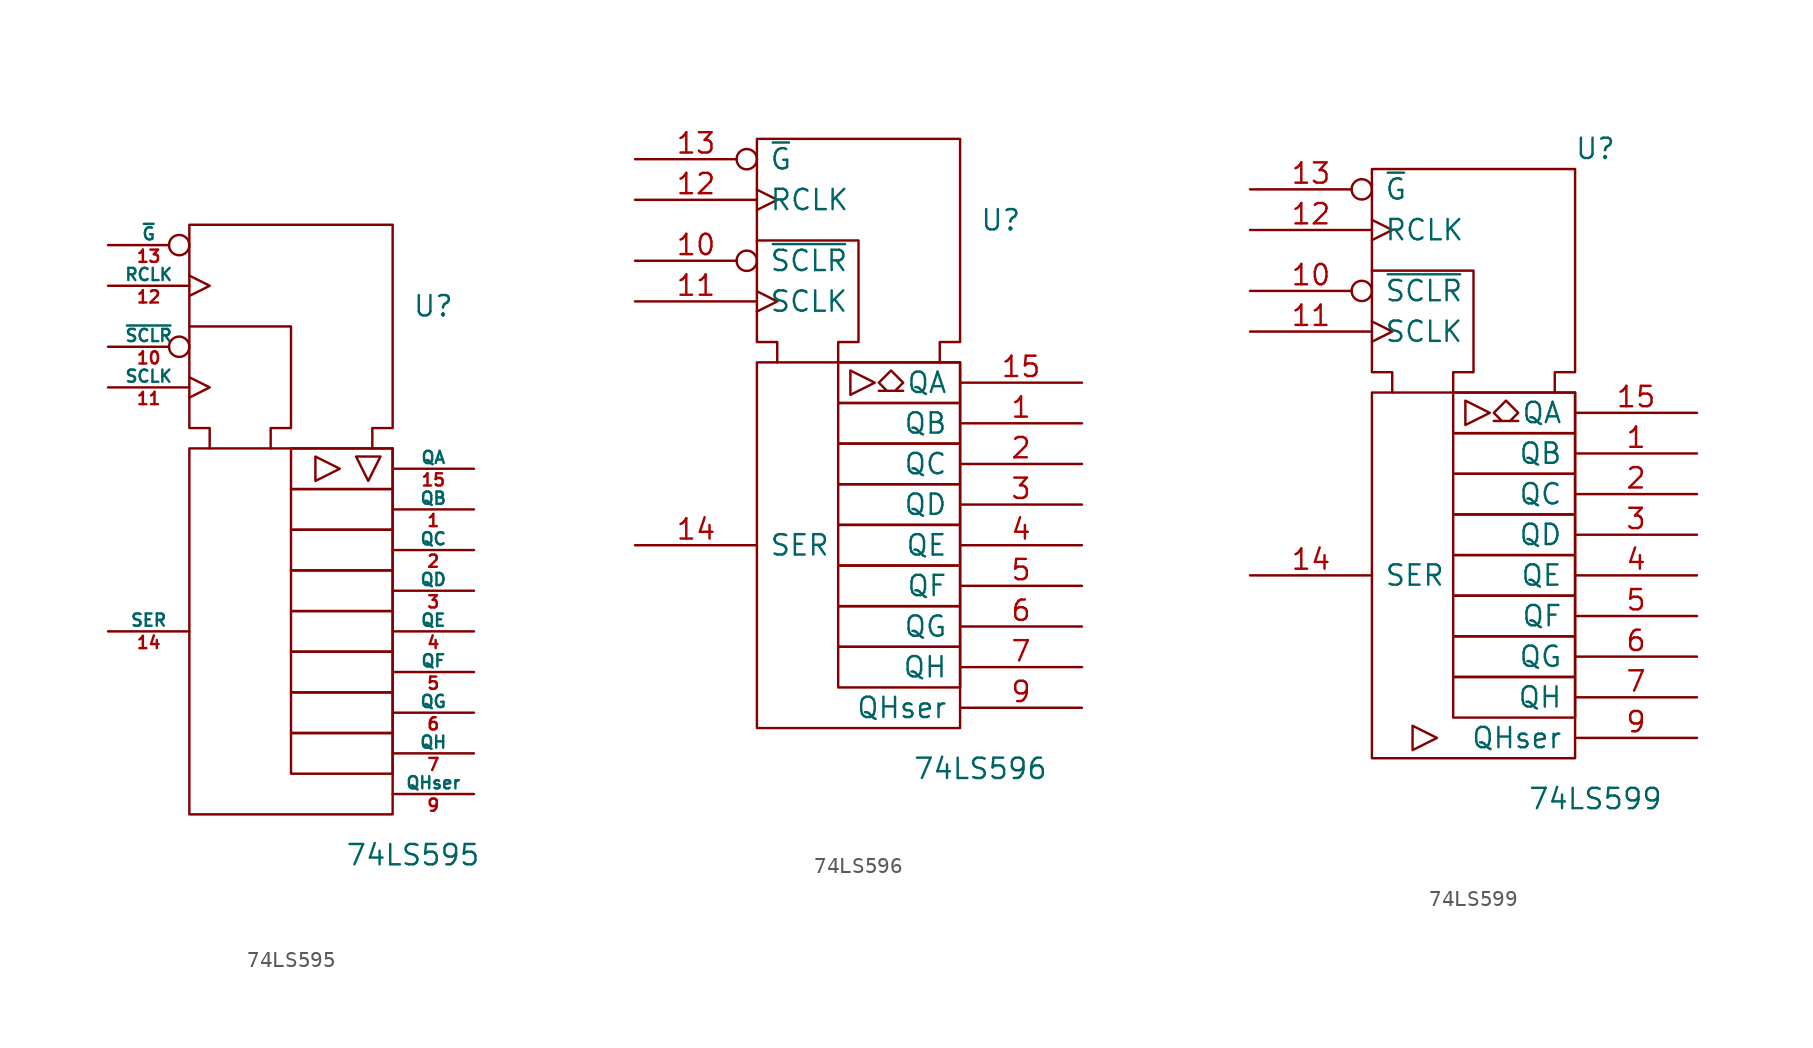
<source format=kicad_sym>
(kicad_symbol_lib
  (version 20211014)
  (generator kicad_symbol_editor)
  (symbol "74LS595"
    (pin_names
      (offset 0))
    (property "Reference" "U"
      (at 8.89 10.16 0)
      (effects (font (size 1.27 1.27))))
    (property "Value" "74LS595"
      (at 7.62 -24.13 0)
      (effects (font (size 1.27 1.27))))
    (symbol "74LS595_0_0"
      (rectangle (start -6.35 1.27) (end 6.35 -21.59) (stroke (width 0) (type default) (color 0 0 0 0)) (fill (type none)))
      (rectangle (start 0 -16.51) (end 6.35 -19.05) (stroke (width 0) (type default) (color 0 0 0 0)) (fill (type none)))
      (rectangle (start 0 -13.97) (end 6.35 -16.51) (stroke (width 0) (type default) (color 0 0 0 0)) (fill (type none)))
      (rectangle (start 0 -11.43) (end 6.35 -13.97) (stroke (width 0) (type default) (color 0 0 0 0)) (fill (type none)))
      (rectangle (start 0 -8.89) (end 6.35 -11.43) (stroke (width 0) (type default) (color 0 0 0 0)) (fill (type none)))
      (rectangle (start 0 -6.35) (end 6.35 -8.89) (stroke (width 0) (type default) (color 0 0 0 0)) (fill (type none)))
      (rectangle (start 0 -3.81) (end 6.35 -6.35) (stroke (width 0) (type default) (color 0 0 0 0)) (fill (type none)))
      (rectangle (start 0 -1.27) (end 6.35 -3.81) (stroke (width 0) (type default) (color 0 0 0 0)) (fill (type none)))
      (polyline (pts (xy 1.524 0.762) (xy 1.524 -0.762) (xy 3.048 0) (xy 1.524 0.762) (xy 1.524 0.762)) (stroke (width 0) (type default) (color 0 0 0 0)) (fill (type none)))
      (polyline (pts (xy 5.588 0.762) (xy 4.064 0.762) (xy 4.826 -0.762) (xy 5.588 0.762) (xy 5.588 0.762)) (stroke (width 0) (type default) (color 0 0 0 0)) (fill (type none)))
      (polyline (pts (xy -6.35 8.89) (xy 0 8.89) (xy 0 2.54) (xy -1.27 2.54) (xy -1.27 1.27) (xy -1.27 1.27)) (stroke (width 0) (type default) (color 0 0 0 0)) (fill (type none)))
      (polyline (pts (xy -5.08 1.27) (xy -5.08 2.54) (xy -6.35 2.54) (xy -6.35 15.24) (xy 6.35 15.24) (xy 6.35 2.54) (xy 5.08 2.54) (xy 5.08 1.27) (xy 5.08 1.27)) (stroke (width 0) (type default) (color 0 0 0 0)) (fill (type none)))
      (rectangle (start 0 1.27) (end 6.35 -1.27) (stroke (width 0) (type default) (color 0 0 0 0)) (fill (type none))))
    (symbol "74LS595_0_1"
      (pin power_in line (at 3.81 20.32 270) (length 5.08) hide (name "GND" (effects (font (size 0.762 0.762)))) (number "8" (effects (font (size 0.762 0.762))))))
    (symbol "74LS595_1_1"
      (pin tri_state line (at 11.43 -2.54 180) (length 5.08) (name "QB" (effects (font (size 0.762 0.762)))) (number "1" (effects (font (size 0.762 0.762)))))
      (pin input inverted (at -11.43 7.62 0) (length 5.08) (name "~{SCLR}" (effects (font (size 0.762 0.762)))) (number "10" (effects (font (size 0.762 0.762)))))
      (pin input clock (at -11.43 5.08 0) (length 5.08) (name "SCLK" (effects (font (size 0.762 0.762)))) (number "11" (effects (font (size 0.762 0.762)))))
      (pin input clock (at -11.43 11.43 0) (length 5.08) (name "RCLK" (effects (font (size 0.762 0.762)))) (number "12" (effects (font (size 0.762 0.762)))))
      (pin input inverted (at -11.43 13.97 0) (length 5.08) (name "~{G}" (effects (font (size 0.762 0.762)))) (number "13" (effects (font (size 0.762 0.762)))))
      (pin input line (at -11.43 -10.16 0) (length 5.08) (name "SER" (effects (font (size 0.762 0.762)))) (number "14" (effects (font (size 0.762 0.762)))))
      (pin tri_state line (at 11.43 0 180) (length 5.08) (name "QA" (effects (font (size 0.762 0.762)))) (number "15" (effects (font (size 0.762 0.762)))))
      (pin power_in line (at -3.81 20.32 270) (length 5.08) hide (name "VCC" (effects (font (size 0.762 0.762)))) (number "16" (effects (font (size 0.762 0.762)))))
      (pin tri_state line (at 11.43 -5.08 180) (length 5.08) (name "QC" (effects (font (size 0.762 0.762)))) (number "2" (effects (font (size 0.762 0.762)))))
      (pin tri_state line (at 11.43 -7.62 180) (length 5.08) (name "QD" (effects (font (size 0.762 0.762)))) (number "3" (effects (font (size 0.762 0.762)))))
      (pin tri_state line (at 11.43 -10.16 180) (length 5.08) (name "QE" (effects (font (size 0.762 0.762)))) (number "4" (effects (font (size 0.762 0.762)))))
      (pin tri_state line (at 11.43 -12.7 180) (length 5.08) (name "QF" (effects (font (size 0.762 0.762)))) (number "5" (effects (font (size 0.762 0.762)))))
      (pin tri_state line (at 11.43 -15.24 180) (length 5.08) (name "QG" (effects (font (size 0.762 0.762)))) (number "6" (effects (font (size 0.762 0.762)))))
      (pin tri_state line (at 11.43 -17.78 180) (length 5.08) (name "QH" (effects (font (size 0.762 0.762)))) (number "7" (effects (font (size 0.762 0.762)))))
      (pin output line (at 11.43 -20.32 180) (length 5.08) (name "QHser" (effects (font (size 0.762 0.762)))) (number "9" (effects (font (size 0.762 0.762)))))))
  (symbol "74LS596"
    (pin_names
      (offset 0.762))
    (property "Reference" "U"
      (at 8.89 10.16 0)
      (effects (font (size 1.27 1.27))))
    (property "Value" "74LS596"
      (at 7.62 -24.13 0)
      (effects (font (size 1.27 1.27))))
    (symbol "74LS596_0_0"
      (rectangle (start -6.35 1.27) (end 6.35 -21.59) (stroke (width 0) (type default) (color 0 0 0 0)) (fill (type none)))
      (polyline (pts (xy -0.508 0.762) (xy -0.508 -0.762) (xy 1.016 0) (xy -0.508 0.762) (xy -0.508 0.762)) (stroke (width 0) (type default) (color 0 0 0 0)) (fill (type none)))
      (polyline (pts (xy -6.35 8.89) (xy 0 8.89) (xy 0 2.54) (xy -1.27 2.54) (xy -1.27 1.27) (xy -1.27 1.27)) (stroke (width 0) (type default) (color 0 0 0 0)) (fill (type none)))
      (polyline (pts (xy -5.08 1.27) (xy -5.08 2.54) (xy -6.35 2.54) (xy -6.35 15.24) (xy 6.35 15.24) (xy 6.35 2.54) (xy 5.08 2.54) (xy 5.08 1.27) (xy 5.08 1.27)) (stroke (width 0) (type default) (color 0 0 0 0)) (fill (type none)))
      (polyline (pts (xy 2.032 0.762) (xy 2.794 0) (xy 2.286 -0.508) (xy 2.794 -0.508) (xy 1.27 -0.508) (xy 1.778 -0.508) (xy 1.27 0) (xy 2.032 0.762) (xy 2.032 0.762)) (stroke (width 0) (type default) (color 0 0 0 0)) (fill (type none))))
    (symbol "74LS596_0_1"
      (rectangle (start -1.27 -16.51) (end 6.35 -19.05) (stroke (width 0) (type default) (color 0 0 0 0)) (fill (type none)))
      (rectangle (start -1.27 -13.97) (end 6.35 -16.51) (stroke (width 0) (type default) (color 0 0 0 0)) (fill (type none)))
      (rectangle (start -1.27 -11.43) (end 6.35 -13.97) (stroke (width 0) (type default) (color 0 0 0 0)) (fill (type none)))
      (rectangle (start -1.27 -8.89) (end 6.35 -11.43) (stroke (width 0) (type default) (color 0 0 0 0)) (fill (type none)))
      (rectangle (start -1.27 -6.35) (end 6.35 -8.89) (stroke (width 0) (type default) (color 0 0 0 0)) (fill (type none)))
      (rectangle (start -1.27 -3.81) (end 6.35 -6.35) (stroke (width 0) (type default) (color 0 0 0 0)) (fill (type none)))
      (rectangle (start -1.27 -1.27) (end 6.35 -3.81) (stroke (width 0) (type default) (color 0 0 0 0)) (fill (type none)))
      (rectangle (start -1.27 1.27) (end 6.35 -1.27) (stroke (width 0) (type default) (color 0 0 0 0)) (fill (type none)))
      (pin power_in line (at 0 15.24 270) (length 0) hide (name "GND" (effects (font (size 1.27 1.27)))) (number "8" (effects (font (size 1.27 1.27))))))
    (symbol "74LS596_1_1"
      (pin tri_state line (at 13.97 -2.54 180) (length 7.62) (name "QB" (effects (font (size 1.27 1.27)))) (number "1" (effects (font (size 1.27 1.27)))))
      (pin input inverted (at -13.97 7.62 0) (length 7.62) (name "~{SCLR}" (effects (font (size 1.27 1.27)))) (number "10" (effects (font (size 1.27 1.27)))))
      (pin input clock (at -13.97 5.08 0) (length 7.62) (name "SCLK" (effects (font (size 1.27 1.27)))) (number "11" (effects (font (size 1.27 1.27)))))
      (pin input clock (at -13.97 11.43 0) (length 7.62) (name "RCLK" (effects (font (size 1.27 1.27)))) (number "12" (effects (font (size 1.27 1.27)))))
      (pin input inverted (at -13.97 13.97 0) (length 7.62) (name "~{G}" (effects (font (size 1.27 1.27)))) (number "13" (effects (font (size 1.27 1.27)))))
      (pin input line (at -13.97 -10.16 0) (length 7.62) (name "SER" (effects (font (size 1.27 1.27)))) (number "14" (effects (font (size 1.27 1.27)))))
      (pin tri_state line (at 13.97 0 180) (length 7.62) (name "QA" (effects (font (size 1.27 1.27)))) (number "15" (effects (font (size 1.27 1.27)))))
      (pin power_in line (at 3.81 15.24 270) (length 0) hide (name "VCC" (effects (font (size 1.27 1.27)))) (number "16" (effects (font (size 1.27 1.27)))))
      (pin tri_state line (at 13.97 -5.08 180) (length 7.62) (name "QC" (effects (font (size 1.27 1.27)))) (number "2" (effects (font (size 1.27 1.27)))))
      (pin tri_state line (at 13.97 -7.62 180) (length 7.62) (name "QD" (effects (font (size 1.27 1.27)))) (number "3" (effects (font (size 1.27 1.27)))))
      (pin tri_state line (at 13.97 -10.16 180) (length 7.62) (name "QE" (effects (font (size 1.27 1.27)))) (number "4" (effects (font (size 1.27 1.27)))))
      (pin tri_state line (at 13.97 -12.7 180) (length 7.62) (name "QF" (effects (font (size 1.27 1.27)))) (number "5" (effects (font (size 1.27 1.27)))))
      (pin tri_state line (at 13.97 -15.24 180) (length 7.62) (name "QG" (effects (font (size 1.27 1.27)))) (number "6" (effects (font (size 1.27 1.27)))))
      (pin tri_state line (at 13.97 -17.78 180) (length 7.62) (name "QH" (effects (font (size 1.27 1.27)))) (number "7" (effects (font (size 1.27 1.27)))))
      (pin output line (at 13.97 -20.32 180) (length 7.62) (name "QHser" (effects (font (size 1.27 1.27)))) (number "9" (effects (font (size 1.27 1.27)))))))
  (symbol "74LS599"
    (pin_names
      (offset 0.762))
    (property "Reference" "U"
      (at 7.62 20.32 0)
      (effects (font (size 1.27 1.27))))
    (property "Value" "74LS599"
      (at 7.62 -20.32 0)
      (effects (font (size 1.27 1.27))))
    (symbol "74LS599_0_0"
      (rectangle (start -6.35 5.08) (end 6.35 -17.78) (stroke (width 0) (type default) (color 0 0 0 0)) (fill (type none)))
      (polyline (pts (xy -2.286 -16.51) (xy -3.81 -15.748) (xy -3.81 -17.272) (xy -2.286 -16.51) (xy -2.286 -16.51)) (stroke (width 0) (type default) (color 0 0 0 0)) (fill (type none)))
      (polyline (pts (xy -0.508 4.572) (xy -0.508 3.048) (xy 1.016 3.81) (xy -0.508 4.572) (xy -0.508 4.572)) (stroke (width 0) (type default) (color 0 0 0 0)) (fill (type none)))
      (polyline (pts (xy -6.35 12.7) (xy 0 12.7) (xy 0 6.35) (xy -1.27 6.35) (xy -1.27 5.08) (xy -1.27 5.08)) (stroke (width 0) (type default) (color 0 0 0 0)) (fill (type none)))
      (polyline (pts (xy 2.794 3.302) (xy 1.27 3.302) (xy 1.778 3.302) (xy 1.27 3.81) (xy 2.032 4.572) (xy 2.794 3.81) (xy 2.286 3.302) (xy 2.286 3.302)) (stroke (width 0) (type default) (color 0 0 0 0)) (fill (type none)))
      (polyline (pts (xy -5.08 5.08) (xy -5.08 6.35) (xy -6.35 6.35) (xy -6.35 19.05) (xy 6.35 19.05) (xy 6.35 6.35) (xy 5.08 6.35) (xy 5.08 5.08) (xy 5.08 5.08)) (stroke (width 0) (type default) (color 0 0 0 0)) (fill (type none))))
    (symbol "74LS599_0_1"
      (rectangle (start -1.27 -12.7) (end 6.35 -15.24) (stroke (width 0) (type default) (color 0 0 0 0)) (fill (type none)))
      (rectangle (start -1.27 -10.16) (end 6.35 -12.7) (stroke (width 0) (type default) (color 0 0 0 0)) (fill (type none)))
      (rectangle (start -1.27 -7.62) (end 6.35 -10.16) (stroke (width 0) (type default) (color 0 0 0 0)) (fill (type none)))
      (rectangle (start -1.27 -5.08) (end 6.35 -7.62) (stroke (width 0) (type default) (color 0 0 0 0)) (fill (type none)))
      (rectangle (start -1.27 -2.54) (end 6.35 -5.08) (stroke (width 0) (type default) (color 0 0 0 0)) (fill (type none)))
      (rectangle (start -1.27 0) (end 6.35 -2.54) (stroke (width 0) (type default) (color 0 0 0 0)) (fill (type none)))
      (rectangle (start -1.27 2.54) (end 6.35 0) (stroke (width 0) (type default) (color 0 0 0 0)) (fill (type none)))
      (rectangle (start -1.27 5.08) (end 6.35 2.54) (stroke (width 0) (type default) (color 0 0 0 0)) (fill (type none)))
      (pin power_in line (at 0 19.05 270) (length 0) hide (name "GND" (effects (font (size 1.27 1.27)))) (number "8" (effects (font (size 1.27 1.27))))))
    (symbol "74LS599_1_1"
      (pin tri_state line (at 13.97 1.27 180) (length 7.62) (name "QB" (effects (font (size 1.27 1.27)))) (number "1" (effects (font (size 1.27 1.27)))))
      (pin input inverted (at -13.97 11.43 0) (length 7.62) (name "~{SCLR}" (effects (font (size 1.27 1.27)))) (number "10" (effects (font (size 1.27 1.27)))))
      (pin input clock (at -13.97 8.89 0) (length 7.62) (name "SCLK" (effects (font (size 1.27 1.27)))) (number "11" (effects (font (size 1.27 1.27)))))
      (pin input clock (at -13.97 15.24 0) (length 7.62) (name "RCLK" (effects (font (size 1.27 1.27)))) (number "12" (effects (font (size 1.27 1.27)))))
      (pin input inverted (at -13.97 17.78 0) (length 7.62) (name "~{G}" (effects (font (size 1.27 1.27)))) (number "13" (effects (font (size 1.27 1.27)))))
      (pin input line (at -13.97 -6.35 0) (length 7.62) (name "SER" (effects (font (size 1.27 1.27)))) (number "14" (effects (font (size 1.27 1.27)))))
      (pin tri_state line (at 13.97 3.81 180) (length 7.62) (name "QA" (effects (font (size 1.27 1.27)))) (number "15" (effects (font (size 1.27 1.27)))))
      (pin power_in line (at 3.81 19.05 270) (length 0) hide (name "VCC" (effects (font (size 1.27 1.27)))) (number "16" (effects (font (size 1.27 1.27)))))
      (pin tri_state line (at 13.97 -1.27 180) (length 7.62) (name "QC" (effects (font (size 1.27 1.27)))) (number "2" (effects (font (size 1.27 1.27)))))
      (pin tri_state line (at 13.97 -3.81 180) (length 7.62) (name "QD" (effects (font (size 1.27 1.27)))) (number "3" (effects (font (size 1.27 1.27)))))
      (pin tri_state line (at 13.97 -6.35 180) (length 7.62) (name "QE" (effects (font (size 1.27 1.27)))) (number "4" (effects (font (size 1.27 1.27)))))
      (pin tri_state line (at 13.97 -8.89 180) (length 7.62) (name "QF" (effects (font (size 1.27 1.27)))) (number "5" (effects (font (size 1.27 1.27)))))
      (pin tri_state line (at 13.97 -11.43 180) (length 7.62) (name "QG" (effects (font (size 1.27 1.27)))) (number "6" (effects (font (size 1.27 1.27)))))
      (pin tri_state line (at 13.97 -13.97 180) (length 7.62) (name "QH" (effects (font (size 1.27 1.27)))) (number "7" (effects (font (size 1.27 1.27)))))
      (pin output line (at 13.97 -16.51 180) (length 7.62) (name "QHser" (effects (font (size 1.27 1.27)))) (number "9" (effects (font (size 1.27 1.27))))))))
</source>
